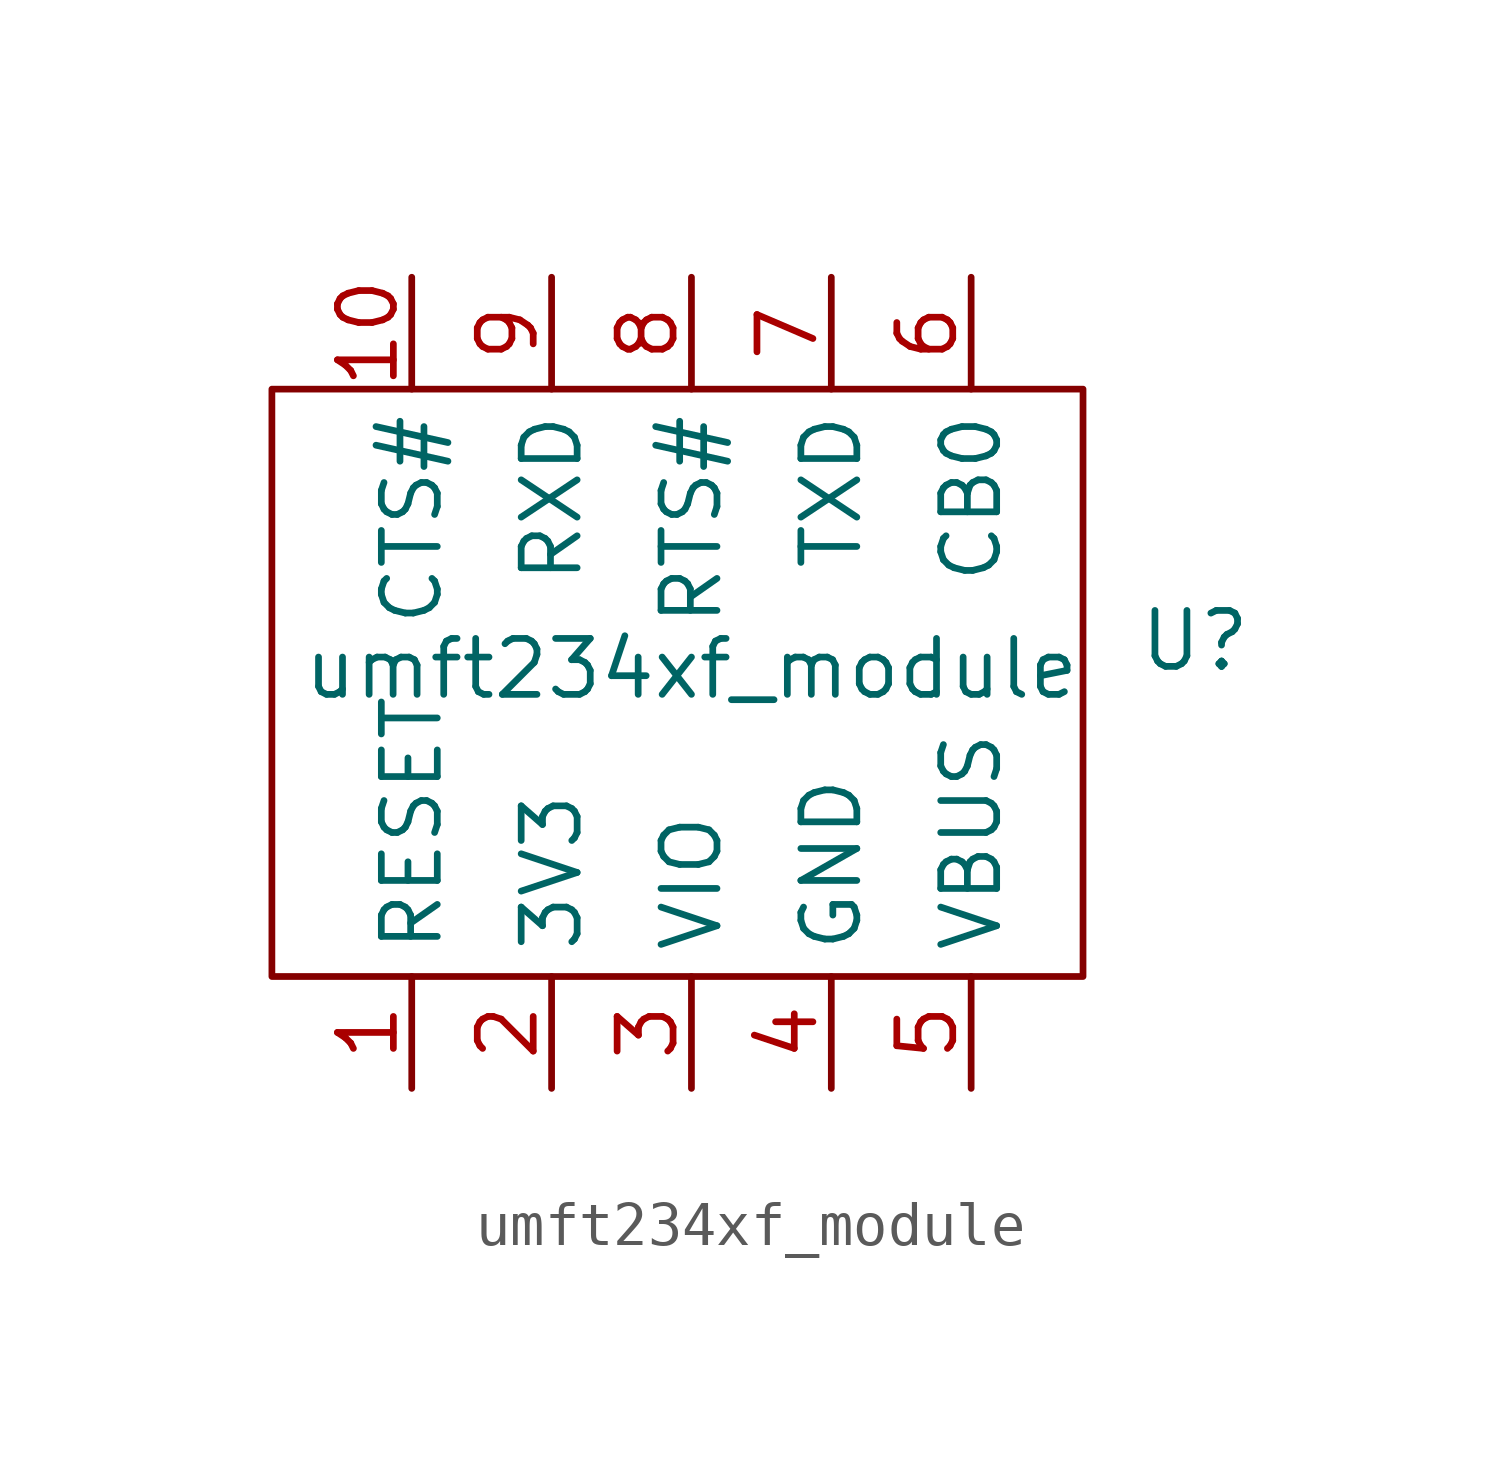
<source format=kicad_sym>
(kicad_symbol_lib
  (version 20211014)
  (generator kicad_symbol_editor)
  (symbol "umft234xf_module"
    (property "Reference" "U"
      (at 11.43 0.635 0)
      (effects (font (size 1.27 1.27))))
    (property "Value" "umft234xf_module"
      (at 0 0 0)
      (effects (font (size 1.27 1.27))))
    (symbol "umft234xf_module_0_1"
      (rectangle (start -9.525 6.35) (end 8.89 -6.985) (stroke (width 0) (type default) (color 0 0 0 0)) (fill (type none))))
    (symbol "umft234xf_module_1_1"
      (pin input line (at -6.35 -9.525 90) (length 2.54) (name "RESET" (effects (font (size 1.27 1.27)))) (number "1" (effects (font (size 1.27 1.27)))))
      (pin output line (at -6.35 8.89 270) (length 2.54) (name "CTS#" (effects (font (size 1.27 1.27)))) (number "10" (effects (font (size 1.27 1.27)))))
      (pin power_in line (at -3.175 -9.525 90) (length 2.54) (name "3V3" (effects (font (size 1.27 1.27)))) (number "2" (effects (font (size 1.27 1.27)))))
      (pin power_in line (at 0 -9.525 90) (length 2.54) (name "VIO" (effects (font (size 1.27 1.27)))) (number "3" (effects (font (size 1.27 1.27)))))
      (pin power_in line (at 3.175 -9.525 90) (length 2.54) (name "GND" (effects (font (size 1.27 1.27)))) (number "4" (effects (font (size 1.27 1.27)))))
      (pin power_in line (at 6.35 -9.525 90) (length 2.54) (name "VBUS" (effects (font (size 1.27 1.27)))) (number "5" (effects (font (size 1.27 1.27)))))
      (pin bidirectional line (at 6.35 8.89 270) (length 2.54) (name "CB0" (effects (font (size 1.27 1.27)))) (number "6" (effects (font (size 1.27 1.27)))))
      (pin input line (at 3.175 8.89 270) (length 2.54) (name "TXD" (effects (font (size 1.27 1.27)))) (number "7" (effects (font (size 1.27 1.27)))))
      (pin input line (at 0 8.89 270) (length 2.54) (name "RTS#" (effects (font (size 1.27 1.27)))) (number "8" (effects (font (size 1.27 1.27)))))
      (pin output line (at -3.175 8.89 270) (length 2.54) (name "RXD" (effects (font (size 1.27 1.27)))) (number "9" (effects (font (size 1.27 1.27))))))))
</source>
